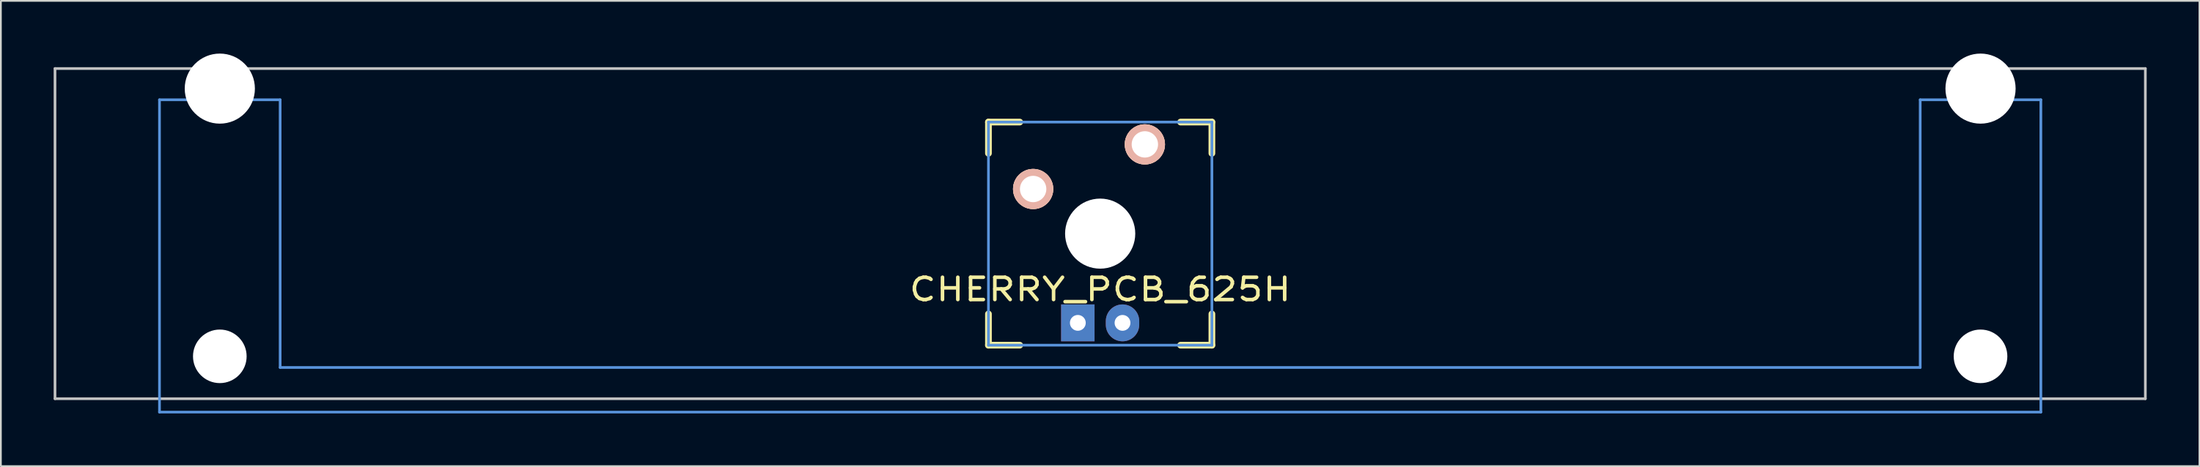
<source format=kicad_pcb>
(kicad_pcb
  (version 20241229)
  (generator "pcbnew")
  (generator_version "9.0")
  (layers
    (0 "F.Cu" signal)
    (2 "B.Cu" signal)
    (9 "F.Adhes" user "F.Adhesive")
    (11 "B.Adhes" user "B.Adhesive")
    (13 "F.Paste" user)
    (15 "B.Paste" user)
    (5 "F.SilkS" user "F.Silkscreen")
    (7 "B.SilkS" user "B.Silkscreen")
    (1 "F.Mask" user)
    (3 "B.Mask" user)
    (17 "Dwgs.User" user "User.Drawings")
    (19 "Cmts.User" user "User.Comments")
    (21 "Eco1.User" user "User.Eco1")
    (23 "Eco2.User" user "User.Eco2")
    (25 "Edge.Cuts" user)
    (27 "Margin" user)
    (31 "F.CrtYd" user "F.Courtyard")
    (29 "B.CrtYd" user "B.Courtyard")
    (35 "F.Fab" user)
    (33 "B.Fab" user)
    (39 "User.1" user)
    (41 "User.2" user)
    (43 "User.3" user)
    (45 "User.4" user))
  (footprint "CHERRY_PCB_625H"
    (layer "F.Cu")
    (at 59.482 10.249)
    (property "Reference" "CHERRY_PCB_625H" (at 0 3.175 0) (layer "F.SilkS") (effects (font (size 1.27 1.524) (thickness 0.203))))
    (attr through_hole)
    (fp_line (start -6.35 -6.35) (end -4.572 -6.35) (stroke (width 0.381) (type solid)) (layer "F.SilkS"))
    (fp_line (start -6.35 -4.572) (end -6.35 -6.35) (stroke (width 0.381) (type solid)) (layer "F.SilkS"))
    (fp_line (start -6.35 6.35) (end -6.35 4.572) (stroke (width 0.381) (type solid)) (layer "F.SilkS"))
    (fp_line (start -4.572 6.35) (end -6.35 6.35) (stroke (width 0.381) (type solid)) (layer "F.SilkS"))
    (fp_line (start 4.572 -6.35) (end 6.35 -6.35) (stroke (width 0.381) (type solid)) (layer "F.SilkS"))
    (fp_line (start 6.35 -6.35) (end 6.35 -4.572) (stroke (width 0.381) (type solid)) (layer "F.SilkS"))
    (fp_line (start 6.35 4.572) (end 6.35 6.35) (stroke (width 0.381) (type solid)) (layer "F.SilkS"))
    (fp_line (start 6.35 6.35) (end 4.572 6.35) (stroke (width 0.381) (type solid)) (layer "F.SilkS"))
    (fp_line (start -59.406 -9.398) (end 59.406 -9.398) (stroke (width 0.152) (type solid)) (layer "Dwgs.User"))
    (fp_line (start -59.406 9.398) (end -59.406 -9.398) (stroke (width 0.152) (type solid)) (layer "Dwgs.User"))
    (fp_line (start 59.406 -9.398) (end 59.406 9.398) (stroke (width 0.152) (type solid)) (layer "Dwgs.User"))
    (fp_line (start 59.406 9.398) (end -59.406 9.398) (stroke (width 0.152) (type solid)) (layer "Dwgs.User"))
    (fp_line (start -53.467 -7.62) (end -53.467 10.16) (stroke (width 0.152) (type solid)) (layer "Cmts.User"))
    (fp_line (start -53.467 10.16) (end 53.467 10.16) (stroke (width 0.152) (type solid)) (layer "Cmts.User"))
    (fp_line (start -46.609 -7.62) (end -53.467 -7.62) (stroke (width 0.152) (type solid)) (layer "Cmts.User"))
    (fp_line (start -46.609 7.62) (end -46.609 -7.62) (stroke (width 0.152) (type solid)) (layer "Cmts.User"))
    (fp_line (start -6.35 -6.35) (end 6.35 -6.35) (stroke (width 0.152) (type solid)) (layer "Cmts.User"))
    (fp_line (start -6.35 6.35) (end -6.35 -6.35) (stroke (width 0.152) (type solid)) (layer "Cmts.User"))
    (fp_line (start 6.35 -6.35) (end 6.35 6.35) (stroke (width 0.152) (type solid)) (layer "Cmts.User"))
    (fp_line (start 6.35 6.35) (end -6.35 6.35) (stroke (width 0.152) (type solid)) (layer "Cmts.User"))
    (fp_line (start 46.609 -7.62) (end 46.609 7.62) (stroke (width 0.152) (type solid)) (layer "Cmts.User"))
    (fp_line (start 46.609 7.62) (end -46.609 7.62) (stroke (width 0.152) (type solid)) (layer "Cmts.User"))
    (fp_line (start 53.467 -7.62) (end 46.609 -7.62) (stroke (width 0.152) (type solid)) (layer "Cmts.User"))
    (fp_line (start 53.467 10.16) (end 53.467 -7.62) (stroke (width 0.152) (type solid)) (layer "Cmts.User"))
    (fp_line (start -54.229 -2.286) (end -53.365 -2.286) (stroke (width 0.152) (type solid)) (layer "Eco2.User"))
    (fp_line (start -54.229 0.508) (end -54.229 -2.286) (stroke (width 0.152) (type solid)) (layer "Eco2.User"))
    (fp_line (start -53.365 -5.69) (end -46.711 -5.69) (stroke (width 0.152) (type solid)) (layer "Eco2.User"))
    (fp_line (start -53.365 -2.286) (end -53.365 -5.69) (stroke (width 0.152) (type solid)) (layer "Eco2.User"))
    (fp_line (start -53.365 0.508) (end -54.229 0.508) (stroke (width 0.152) (type solid)) (layer "Eco2.User"))
    (fp_line (start -53.365 6.604) (end -53.365 0.508) (stroke (width 0.152) (type solid)) (layer "Eco2.User"))
    (fp_line (start -52.324 6.604) (end -53.365 6.604) (stroke (width 0.152) (type solid)) (layer "Eco2.User"))
    (fp_line (start -52.324 7.772) (end -52.324 6.604) (stroke (width 0.152) (type solid)) (layer "Eco2.User"))
    (fp_line (start -47.752 6.604) (end -47.752 7.772) (stroke (width 0.152) (type solid)) (layer "Eco2.User"))
    (fp_line (start -47.752 7.772) (end -52.324 7.772) (stroke (width 0.152) (type solid)) (layer "Eco2.User"))
    (fp_line (start -46.711 -5.69) (end -46.711 -2.286) (stroke (width 0.152) (type solid)) (layer "Eco2.User"))
    (fp_line (start -46.711 -2.286) (end -6.985 -2.286) (stroke (width 0.152) (type solid)) (layer "Eco2.User"))
    (fp_line (start -46.711 2.286) (end -46.711 6.604) (stroke (width 0.152) (type solid)) (layer "Eco2.User"))
    (fp_line (start -46.711 6.604) (end -47.752 6.604) (stroke (width 0.152) (type solid)) (layer "Eco2.User"))
    (fp_line (start -6.985 -6.985) (end 6.985 -6.985) (stroke (width 0.152) (type solid)) (layer "Eco2.User"))
    (fp_line (start -6.985 -2.286) (end -6.985 -6.985) (stroke (width 0.152) (type solid)) (layer "Eco2.User"))
    (fp_line (start -6.985 2.286) (end -46.711 2.286) (stroke (width 0.152) (type solid)) (layer "Eco2.User"))
    (fp_line (start -6.985 6.985) (end -6.985 2.286) (stroke (width 0.152) (type solid)) (layer "Eco2.User"))
    (fp_line (start 6.985 -6.985) (end 6.985 -2.286) (stroke (width 0.152) (type solid)) (layer "Eco2.User"))
    (fp_line (start 6.985 -2.286) (end 46.711 -2.286) (stroke (width 0.152) (type solid)) (layer "Eco2.User"))
    (fp_line (start 6.985 2.286) (end 6.985 6.985) (stroke (width 0.152) (type solid)) (layer "Eco2.User"))
    (fp_line (start 6.985 6.985) (end -6.985 6.985) (stroke (width 0.152) (type solid)) (layer "Eco2.User"))
    (fp_line (start 46.711 -5.69) (end 53.365 -5.69) (stroke (width 0.152) (type solid)) (layer "Eco2.User"))
    (fp_line (start 46.711 -2.286) (end 46.711 -5.69) (stroke (width 0.152) (type solid)) (layer "Eco2.User"))
    (fp_line (start 46.711 2.286) (end 6.985 2.286) (stroke (width 0.152) (type solid)) (layer "Eco2.User"))
    (fp_line (start 46.711 6.604) (end 46.711 2.286) (stroke (width 0.152) (type solid)) (layer "Eco2.User"))
    (fp_line (start 47.752 6.604) (end 46.711 6.604) (stroke (width 0.152) (type solid)) (layer "Eco2.User"))
    (fp_line (start 47.752 7.772) (end 47.752 6.604) (stroke (width 0.152) (type solid)) (layer "Eco2.User"))
    (fp_line (start 52.324 6.604) (end 52.324 7.772) (stroke (width 0.152) (type solid)) (layer "Eco2.User"))
    (fp_line (start 52.324 7.772) (end 47.752 7.772) (stroke (width 0.152) (type solid)) (layer "Eco2.User"))
    (fp_line (start 53.365 -5.69) (end 53.365 -2.286) (stroke (width 0.152) (type solid)) (layer "Eco2.User"))
    (fp_line (start 53.365 -2.286) (end 54.229 -2.286) (stroke (width 0.152) (type solid)) (layer "Eco2.User"))
    (fp_line (start 53.365 0.508) (end 53.365 6.604) (stroke (width 0.152) (type solid)) (layer "Eco2.User"))
    (fp_line (start 53.365 6.604) (end 52.324 6.604) (stroke (width 0.152) (type solid)) (layer "Eco2.User"))
    (fp_line (start 54.229 -2.286) (end 54.229 0.508) (stroke (width 0.152) (type solid)) (layer "Eco2.User"))
    (fp_line (start 54.229 0.508) (end 53.365 0.508) (stroke (width 0.152) (type solid)) (layer "Eco2.User"))
    (pad "" np_thru_hole circle (at -50.038 -8.255) (size 3.988 3.988) (drill 3.988) (layers "*.Cu"))
    (pad "" np_thru_hole circle (at -50.038 6.985) (size 3.048 3.048) (drill 3.048) (layers "*.Cu"))
    (pad "" np_thru_hole circle (at 0 0) (size 3.988 3.988) (drill 3.988) (layers "*.Cu"))
    (pad "" np_thru_hole circle (at 50.038 -8.255) (size 3.988 3.988) (drill 3.988) (layers "*.Cu"))
    (pad "" np_thru_hole circle (at 50.038 6.985) (size 3.048 3.048) (drill 3.048) (layers "*.Cu"))
    (pad "1" thru_hole circle (at 2.54 -5.08) (size 2.286 2.286) (drill 1.499) (layers "*.Cu" "*.SilkS" "*.Mask"))
    (pad "2" thru_hole circle (at -3.81 -2.54) (size 2.286 2.286) (drill 1.499) (layers "*.Cu" "*.SilkS" "*.Mask"))
    (pad "3" thru_hole oval (at 1.27 5.08) (size 1.9 2.1) (drill 0.9) (layers "*.Cu" "*.Mask"))
    (pad "4" thru_hole rect (at -1.27 5.08) (size 1.9 2.1) (drill 0.9) (layers "*.Cu" "*.Mask")))
  (gr_rect
    (start -3 -3)
    (end 121.963 23.485)
    (stroke (width 0.1) (type default))
    (fill no)
    (layer "Edge.Cuts")))
</source>
